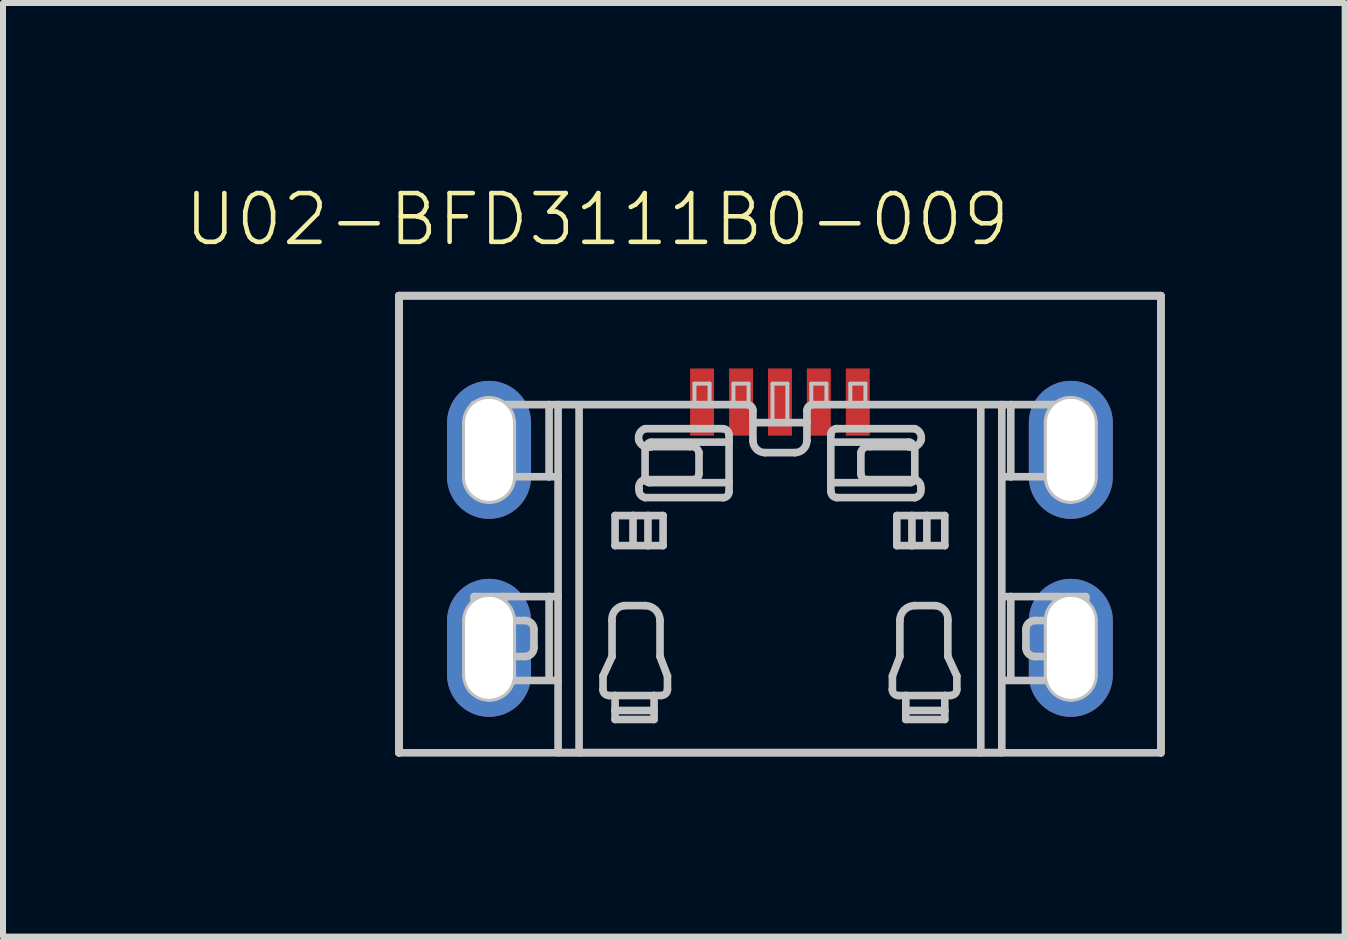
<source format=kicad_pcb>
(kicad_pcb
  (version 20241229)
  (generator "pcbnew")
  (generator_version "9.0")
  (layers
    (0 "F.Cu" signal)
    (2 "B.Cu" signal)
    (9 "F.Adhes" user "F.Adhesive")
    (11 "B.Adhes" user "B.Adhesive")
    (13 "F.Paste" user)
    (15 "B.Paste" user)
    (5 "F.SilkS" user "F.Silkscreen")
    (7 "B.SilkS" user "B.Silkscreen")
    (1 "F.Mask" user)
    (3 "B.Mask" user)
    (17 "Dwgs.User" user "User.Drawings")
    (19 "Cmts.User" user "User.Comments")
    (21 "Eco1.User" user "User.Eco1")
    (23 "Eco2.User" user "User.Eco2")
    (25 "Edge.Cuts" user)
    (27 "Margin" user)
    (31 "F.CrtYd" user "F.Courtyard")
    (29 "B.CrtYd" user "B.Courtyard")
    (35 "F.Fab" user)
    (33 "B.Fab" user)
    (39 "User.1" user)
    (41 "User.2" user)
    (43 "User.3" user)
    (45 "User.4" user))
  (footprint "U02-BFD3111B0-009"
    (layer "F.Cu")
    (at 9.951 7.594)
    (property "Reference" "U02-BFD3111B0-009" (at -3.048 -6.985 0) (layer "F.SilkS") (effects (font (size 0.813 0.813) (thickness 0.076))))
    (attr smd)
    (fp_poly (pts (xy -5.55 -2.695) (xy -5.55 -3.594) (xy -5.535 -3.731) (xy -5.497 -3.861) (xy -5.431 -3.983) (xy -5.344 -4.089) (xy -5.237 -4.176) (xy -5.116 -4.239) (xy -4.986 -4.28) (xy -4.849 -4.293) (xy -4.712 -4.28) (xy -4.58 -4.239) (xy -4.46 -4.176) (xy -4.354 -4.089) (xy -4.267 -3.983) (xy -4.201 -3.861) (xy -4.163 -3.731) (xy -4.148 -3.594) (xy -4.148 -2.695) (xy -4.163 -2.558) (xy -4.201 -2.426) (xy -4.267 -2.304) (xy -4.354 -2.2) (xy -4.46 -2.111) (xy -4.58 -2.047) (xy -4.712 -2.007) (xy -4.849 -1.994) (xy -4.986 -2.007) (xy -5.116 -2.047) (xy -5.237 -2.111) (xy -5.344 -2.2) (xy -5.431 -2.304) (xy -5.497 -2.426) (xy -5.535 -2.558) (xy -5.55 -2.695)) (stroke (width 0.127) (type solid)) (fill yes) (layer "F.Mask"))
    (fp_poly (pts (xy -5.55 0.605) (xy -5.55 -0.295) (xy -5.535 -0.429) (xy -5.497 -0.561) (xy -5.431 -0.683) (xy -5.344 -0.79) (xy -5.237 -0.876) (xy -5.116 -0.94) (xy -4.986 -0.98) (xy -4.849 -0.993) (xy -4.712 -0.98) (xy -4.58 -0.94) (xy -4.46 -0.876) (xy -4.354 -0.79) (xy -4.267 -0.683) (xy -4.201 -0.561) (xy -4.163 -0.429) (xy -4.148 -0.295) (xy -4.148 0.605) (xy -4.163 0.739) (xy -4.201 0.871) (xy -4.267 0.993) (xy -4.354 1.1) (xy -4.46 1.186) (xy -4.58 1.25) (xy -4.712 1.29) (xy -4.849 1.303) (xy -4.986 1.29) (xy -5.116 1.25) (xy -5.237 1.186) (xy -5.344 1.1) (xy -5.431 0.993) (xy -5.497 0.871) (xy -5.535 0.739) (xy -5.55 0.605)) (stroke (width 0.127) (type solid)) (fill yes) (layer "F.Mask"))
    (fp_poly (pts (xy 4.148 -2.695) (xy 4.148 -3.594) (xy 4.163 -3.731) (xy 4.201 -3.861) (xy 4.267 -3.983) (xy 4.354 -4.089) (xy 4.46 -4.176) (xy 4.58 -4.239) (xy 4.712 -4.28) (xy 4.849 -4.293) (xy 4.986 -4.28) (xy 5.116 -4.239) (xy 5.237 -4.176) (xy 5.344 -4.089) (xy 5.431 -3.983) (xy 5.497 -3.861) (xy 5.535 -3.731) (xy 5.55 -3.594) (xy 5.55 -2.695) (xy 5.535 -2.558) (xy 5.497 -2.426) (xy 5.431 -2.304) (xy 5.344 -2.2) (xy 5.237 -2.111) (xy 5.116 -2.047) (xy 4.986 -2.007) (xy 4.849 -1.994) (xy 4.712 -2.007) (xy 4.58 -2.047) (xy 4.46 -2.111) (xy 4.354 -2.2) (xy 4.267 -2.304) (xy 4.201 -2.426) (xy 4.163 -2.558) (xy 4.148 -2.695)) (stroke (width 0.127) (type solid)) (fill yes) (layer "F.Mask"))
    (fp_poly (pts (xy 4.148 0.605) (xy 4.148 -0.295) (xy 4.163 -0.429) (xy 4.201 -0.561) (xy 4.267 -0.683) (xy 4.354 -0.79) (xy 4.46 -0.876) (xy 4.58 -0.94) (xy 4.712 -0.98) (xy 4.849 -0.993) (xy 4.986 -0.98) (xy 5.116 -0.94) (xy 5.237 -0.876) (xy 5.344 -0.79) (xy 5.431 -0.683) (xy 5.497 -0.561) (xy 5.535 -0.429) (xy 5.55 -0.295) (xy 5.55 0.605) (xy 5.535 0.739) (xy 5.497 0.871) (xy 5.431 0.993) (xy 5.344 1.1) (xy 5.237 1.186) (xy 5.116 1.25) (xy 4.986 1.29) (xy 4.849 1.303) (xy 4.712 1.29) (xy 4.58 1.25) (xy 4.46 1.186) (xy 4.354 1.1) (xy 4.267 0.993) (xy 4.201 0.871) (xy 4.163 0.739) (xy 4.148 0.605)) (stroke (width 0.127) (type solid)) (fill yes) (layer "F.Mask"))
    (fp_poly (pts (xy -5.55 -2.695) (xy -5.55 -3.594) (xy -5.535 -3.731) (xy -5.497 -3.861) (xy -5.431 -3.983) (xy -5.344 -4.089) (xy -5.237 -4.176) (xy -5.116 -4.239) (xy -4.986 -4.28) (xy -4.849 -4.293) (xy -4.712 -4.28) (xy -4.58 -4.239) (xy -4.46 -4.176) (xy -4.354 -4.089) (xy -4.267 -3.983) (xy -4.201 -3.861) (xy -4.163 -3.731) (xy -4.148 -3.594) (xy -4.148 -2.695) (xy -4.163 -2.558) (xy -4.201 -2.426) (xy -4.267 -2.304) (xy -4.354 -2.2) (xy -4.46 -2.111) (xy -4.58 -2.047) (xy -4.712 -2.007) (xy -4.849 -1.994) (xy -4.986 -2.007) (xy -5.116 -2.047) (xy -5.237 -2.111) (xy -5.344 -2.2) (xy -5.431 -2.304) (xy -5.497 -2.426) (xy -5.535 -2.558) (xy -5.55 -2.695)) (stroke (width 0.127) (type solid)) (fill yes) (layer "B.Mask"))
    (fp_poly (pts (xy -5.55 0.605) (xy -5.55 -0.295) (xy -5.535 -0.429) (xy -5.497 -0.561) (xy -5.431 -0.683) (xy -5.344 -0.79) (xy -5.237 -0.876) (xy -5.116 -0.94) (xy -4.986 -0.98) (xy -4.849 -0.993) (xy -4.712 -0.98) (xy -4.58 -0.94) (xy -4.46 -0.876) (xy -4.354 -0.79) (xy -4.267 -0.683) (xy -4.201 -0.561) (xy -4.163 -0.429) (xy -4.148 -0.295) (xy -4.148 0.605) (xy -4.163 0.739) (xy -4.201 0.871) (xy -4.267 0.993) (xy -4.354 1.1) (xy -4.46 1.186) (xy -4.58 1.25) (xy -4.712 1.29) (xy -4.849 1.303) (xy -4.986 1.29) (xy -5.116 1.25) (xy -5.237 1.186) (xy -5.344 1.1) (xy -5.431 0.993) (xy -5.497 0.871) (xy -5.535 0.739) (xy -5.55 0.605)) (stroke (width 0.127) (type solid)) (fill yes) (layer "B.Mask"))
    (fp_poly (pts (xy 4.148 -2.695) (xy 4.148 -3.594) (xy 4.163 -3.731) (xy 4.201 -3.861) (xy 4.267 -3.983) (xy 4.354 -4.089) (xy 4.46 -4.176) (xy 4.58 -4.239) (xy 4.712 -4.28) (xy 4.849 -4.293) (xy 4.986 -4.28) (xy 5.116 -4.239) (xy 5.237 -4.176) (xy 5.344 -4.089) (xy 5.431 -3.983) (xy 5.497 -3.861) (xy 5.535 -3.731) (xy 5.55 -3.594) (xy 5.55 -2.695) (xy 5.535 -2.558) (xy 5.497 -2.426) (xy 5.431 -2.304) (xy 5.344 -2.2) (xy 5.237 -2.111) (xy 5.116 -2.047) (xy 4.986 -2.007) (xy 4.849 -1.994) (xy 4.712 -2.007) (xy 4.58 -2.047) (xy 4.46 -2.111) (xy 4.354 -2.2) (xy 4.267 -2.304) (xy 4.201 -2.426) (xy 4.163 -2.558) (xy 4.148 -2.695)) (stroke (width 0.127) (type solid)) (fill yes) (layer "B.Mask"))
    (fp_poly (pts (xy 4.148 0.605) (xy 4.148 -0.295) (xy 4.163 -0.429) (xy 4.201 -0.561) (xy 4.267 -0.683) (xy 4.354 -0.79) (xy 4.46 -0.876) (xy 4.58 -0.94) (xy 4.712 -0.98) (xy 4.849 -0.993) (xy 4.986 -0.98) (xy 5.116 -0.94) (xy 5.237 -0.876) (xy 5.344 -0.79) (xy 5.431 -0.683) (xy 5.497 -0.561) (xy 5.535 -0.429) (xy 5.55 -0.295) (xy 5.55 0.605) (xy 5.535 0.739) (xy 5.497 0.871) (xy 5.431 0.993) (xy 5.344 1.1) (xy 5.237 1.186) (xy 5.116 1.25) (xy 4.986 1.29) (xy 4.849 1.303) (xy 4.712 1.29) (xy 4.58 1.25) (xy 4.46 1.186) (xy 4.354 1.1) (xy 4.267 0.993) (xy 4.201 0.871) (xy 4.163 0.739) (xy 4.148 0.605)) (stroke (width 0.127) (type solid)) (fill yes) (layer "B.Mask"))
    (fp_line (start -6.35 -5.715) (end -6.35 1.905) (stroke (width 0.127) (type solid)) (layer "F.SilkS"))
    (fp_line (start 6.35 -5.715) (end -6.35 -5.715) (stroke (width 0.127) (type solid)) (layer "F.SilkS"))
    (fp_line (start 6.35 1.905) (end 6.35 -5.715) (stroke (width 0.127) (type solid)) (layer "F.SilkS"))
    (fp_poly (pts (xy -5.55 -2.695) (xy -5.55 -3.594) (xy -5.535 -3.731) (xy -5.497 -3.861) (xy -5.431 -3.983) (xy -5.344 -4.089) (xy -5.237 -4.176) (xy -5.116 -4.239) (xy -4.986 -4.28) (xy -4.849 -4.293) (xy -4.712 -4.28) (xy -4.58 -4.239) (xy -4.46 -4.176) (xy -4.354 -4.089) (xy -4.267 -3.983) (xy -4.201 -3.861) (xy -4.163 -3.731) (xy -4.148 -3.594) (xy -4.148 -2.695) (xy -4.163 -2.558) (xy -4.201 -2.426) (xy -4.267 -2.304) (xy -4.354 -2.2) (xy -4.46 -2.111) (xy -4.58 -2.047) (xy -4.712 -2.007) (xy -4.849 -1.994) (xy -4.986 -2.007) (xy -5.116 -2.047) (xy -5.237 -2.111) (xy -5.344 -2.2) (xy -5.431 -2.304) (xy -5.497 -2.426) (xy -5.535 -2.558) (xy -5.55 -2.695)) (stroke (width 0.127) (type solid)) (fill yes) (layer "F.Paste"))
    (fp_poly (pts (xy -5.55 0.605) (xy -5.55 -0.295) (xy -5.535 -0.429) (xy -5.497 -0.561) (xy -5.431 -0.683) (xy -5.344 -0.79) (xy -5.237 -0.876) (xy -5.116 -0.94) (xy -4.986 -0.98) (xy -4.849 -0.993) (xy -4.712 -0.98) (xy -4.58 -0.94) (xy -4.46 -0.876) (xy -4.354 -0.79) (xy -4.267 -0.683) (xy -4.201 -0.561) (xy -4.163 -0.429) (xy -4.148 -0.295) (xy -4.148 0.605) (xy -4.163 0.739) (xy -4.201 0.871) (xy -4.267 0.993) (xy -4.354 1.1) (xy -4.46 1.186) (xy -4.58 1.25) (xy -4.712 1.29) (xy -4.849 1.303) (xy -4.986 1.29) (xy -5.116 1.25) (xy -5.237 1.186) (xy -5.344 1.1) (xy -5.431 0.993) (xy -5.497 0.871) (xy -5.535 0.739) (xy -5.55 0.605)) (stroke (width 0.127) (type solid)) (fill yes) (layer "F.Paste"))
    (fp_poly (pts (xy 4.148 -2.695) (xy 4.148 -3.594) (xy 4.163 -3.731) (xy 4.201 -3.861) (xy 4.267 -3.983) (xy 4.354 -4.089) (xy 4.46 -4.176) (xy 4.58 -4.239) (xy 4.712 -4.28) (xy 4.849 -4.293) (xy 4.986 -4.28) (xy 5.116 -4.239) (xy 5.237 -4.176) (xy 5.344 -4.089) (xy 5.431 -3.983) (xy 5.497 -3.861) (xy 5.535 -3.731) (xy 5.55 -3.594) (xy 5.55 -2.695) (xy 5.535 -2.558) (xy 5.497 -2.426) (xy 5.431 -2.304) (xy 5.344 -2.2) (xy 5.237 -2.111) (xy 5.116 -2.047) (xy 4.986 -2.007) (xy 4.849 -1.994) (xy 4.712 -2.007) (xy 4.58 -2.047) (xy 4.46 -2.111) (xy 4.354 -2.2) (xy 4.267 -2.304) (xy 4.201 -2.426) (xy 4.163 -2.558) (xy 4.148 -2.695)) (stroke (width 0.127) (type solid)) (fill yes) (layer "F.Paste"))
    (fp_poly (pts (xy 4.148 0.605) (xy 4.148 -0.295) (xy 4.163 -0.429) (xy 4.201 -0.561) (xy 4.267 -0.683) (xy 4.354 -0.79) (xy 4.46 -0.876) (xy 4.58 -0.94) (xy 4.712 -0.98) (xy 4.849 -0.993) (xy 4.986 -0.98) (xy 5.116 -0.94) (xy 5.237 -0.876) (xy 5.344 -0.79) (xy 5.431 -0.683) (xy 5.497 -0.561) (xy 5.535 -0.429) (xy 5.55 -0.295) (xy 5.55 0.605) (xy 5.535 0.739) (xy 5.497 0.871) (xy 5.431 0.993) (xy 5.344 1.1) (xy 5.237 1.186) (xy 5.116 1.25) (xy 4.986 1.29) (xy 4.849 1.303) (xy 4.712 1.29) (xy 4.58 1.25) (xy 4.46 1.186) (xy 4.354 1.1) (xy 4.267 0.993) (xy 4.201 0.871) (xy 4.163 0.739) (xy 4.148 0.605)) (stroke (width 0.127) (type solid)) (fill yes) (layer "F.Paste"))
    (fp_poly (pts (xy -5.55 -2.695) (xy -5.55 -3.594) (xy -5.535 -3.731) (xy -5.497 -3.861) (xy -5.431 -3.983) (xy -5.344 -4.089) (xy -5.237 -4.176) (xy -5.116 -4.239) (xy -4.986 -4.28) (xy -4.849 -4.293) (xy -4.712 -4.28) (xy -4.58 -4.239) (xy -4.46 -4.176) (xy -4.354 -4.089) (xy -4.267 -3.983) (xy -4.201 -3.861) (xy -4.163 -3.731) (xy -4.148 -3.594) (xy -4.148 -2.695) (xy -4.163 -2.558) (xy -4.201 -2.426) (xy -4.267 -2.304) (xy -4.354 -2.2) (xy -4.46 -2.111) (xy -4.58 -2.047) (xy -4.712 -2.007) (xy -4.849 -1.994) (xy -4.986 -2.007) (xy -5.116 -2.047) (xy -5.237 -2.111) (xy -5.344 -2.2) (xy -5.431 -2.304) (xy -5.497 -2.426) (xy -5.535 -2.558) (xy -5.55 -2.695)) (stroke (width 0.127) (type solid)) (fill yes) (layer "B.Paste"))
    (fp_poly (pts (xy -5.55 0.605) (xy -5.55 -0.295) (xy -5.535 -0.429) (xy -5.497 -0.561) (xy -5.431 -0.683) (xy -5.344 -0.79) (xy -5.237 -0.876) (xy -5.116 -0.94) (xy -4.986 -0.98) (xy -4.849 -0.993) (xy -4.712 -0.98) (xy -4.58 -0.94) (xy -4.46 -0.876) (xy -4.354 -0.79) (xy -4.267 -0.683) (xy -4.201 -0.561) (xy -4.163 -0.429) (xy -4.148 -0.295) (xy -4.148 0.605) (xy -4.163 0.739) (xy -4.201 0.871) (xy -4.267 0.993) (xy -4.354 1.1) (xy -4.46 1.186) (xy -4.58 1.25) (xy -4.712 1.29) (xy -4.849 1.303) (xy -4.986 1.29) (xy -5.116 1.25) (xy -5.237 1.186) (xy -5.344 1.1) (xy -5.431 0.993) (xy -5.497 0.871) (xy -5.535 0.739) (xy -5.55 0.605)) (stroke (width 0.127) (type solid)) (fill yes) (layer "B.Paste"))
    (fp_poly (pts (xy 4.148 -2.695) (xy 4.148 -3.594) (xy 4.163 -3.731) (xy 4.201 -3.861) (xy 4.267 -3.983) (xy 4.354 -4.089) (xy 4.46 -4.176) (xy 4.58 -4.239) (xy 4.712 -4.28) (xy 4.849 -4.293) (xy 4.986 -4.28) (xy 5.116 -4.239) (xy 5.237 -4.176) (xy 5.344 -4.089) (xy 5.431 -3.983) (xy 5.497 -3.861) (xy 5.535 -3.731) (xy 5.55 -3.594) (xy 5.55 -2.695) (xy 5.535 -2.558) (xy 5.497 -2.426) (xy 5.431 -2.304) (xy 5.344 -2.2) (xy 5.237 -2.111) (xy 5.116 -2.047) (xy 4.986 -2.007) (xy 4.849 -1.994) (xy 4.712 -2.007) (xy 4.58 -2.047) (xy 4.46 -2.111) (xy 4.354 -2.2) (xy 4.267 -2.304) (xy 4.201 -2.426) (xy 4.163 -2.558) (xy 4.148 -2.695)) (stroke (width 0.127) (type solid)) (fill yes) (layer "B.Paste"))
    (fp_poly (pts (xy 4.148 0.605) (xy 4.148 -0.295) (xy 4.163 -0.429) (xy 4.201 -0.561) (xy 4.267 -0.683) (xy 4.354 -0.79) (xy 4.46 -0.876) (xy 4.58 -0.94) (xy 4.712 -0.98) (xy 4.849 -0.993) (xy 4.986 -0.98) (xy 5.116 -0.94) (xy 5.237 -0.876) (xy 5.344 -0.79) (xy 5.431 -0.683) (xy 5.497 -0.561) (xy 5.535 -0.429) (xy 5.55 -0.295) (xy 5.55 0.605) (xy 5.535 0.739) (xy 5.497 0.871) (xy 5.431 0.993) (xy 5.344 1.1) (xy 5.237 1.186) (xy 5.116 1.25) (xy 4.986 1.29) (xy 4.849 1.303) (xy 4.712 1.29) (xy 4.58 1.25) (xy 4.46 1.186) (xy 4.354 1.1) (xy 4.267 0.993) (xy 4.201 0.871) (xy 4.163 0.739) (xy 4.148 0.605)) (stroke (width 0.127) (type solid)) (fill yes) (layer "B.Paste"))
    (fp_line (start -6.35 -5.715) (end 6.35 -5.715) (stroke (width 0.127) (type solid)) (layer "Dwgs.User"))
    (fp_line (start -6.35 1.905) (end -6.35 -5.715) (stroke (width 0.127) (type solid)) (layer "Dwgs.User"))
    (fp_line (start -5.248 -2.695) (end -5.248 -3.594) (stroke (width 0.1) (type solid)) (layer "Dwgs.User"))
    (fp_line (start -5.248 0.605) (end -5.248 -0.295) (stroke (width 0.1) (type solid)) (layer "Dwgs.User"))
    (fp_line (start -5.098 -3.899) (end -5.098 -2.697) (stroke (width 0.127) (type solid)) (layer "Dwgs.User"))
    (fp_line (start -5.098 -3.899) (end -4.549 -3.899) (stroke (width 0.127) (type solid)) (layer "Dwgs.User"))
    (fp_line (start -5.098 -2.697) (end -4.549 -2.697) (stroke (width 0.127) (type solid)) (layer "Dwgs.User"))
    (fp_line (start -5.098 -0.699) (end -5.098 -0.3) (stroke (width 0.127) (type solid)) (layer "Dwgs.User"))
    (fp_line (start -5.098 -0.3) (end -5.098 0.3) (stroke (width 0.127) (type solid)) (layer "Dwgs.User"))
    (fp_line (start -5.098 0.3) (end -5.098 0.699) (stroke (width 0.127) (type solid)) (layer "Dwgs.User"))
    (fp_line (start -5.098 0.3) (end -4.6 0.3) (stroke (width 0.127) (type solid)) (layer "Dwgs.User"))
    (fp_line (start -5.098 0.699) (end -4.6 0.699) (stroke (width 0.127) (type solid)) (layer "Dwgs.User"))
    (fp_line (start -4.6 -0.699) (end -5.098 -0.699) (stroke (width 0.127) (type solid)) (layer "Dwgs.User"))
    (fp_line (start -4.6 -0.699) (end -4.6 -0.3) (stroke (width 0.127) (type solid)) (layer "Dwgs.User"))
    (fp_line (start -4.6 -0.3) (end -5.098 -0.3) (stroke (width 0.127) (type solid)) (layer "Dwgs.User"))
    (fp_line (start -4.6 -0.3) (end -4.249 -0.3) (stroke (width 0.127) (type solid)) (layer "Dwgs.User"))
    (fp_line (start -4.6 0.3) (end -4.6 0.699) (stroke (width 0.127) (type solid)) (layer "Dwgs.User"))
    (fp_line (start -4.6 0.699) (end -3.698 0.699) (stroke (width 0.127) (type solid)) (layer "Dwgs.User"))
    (fp_line (start -4.549 -3.899) (end -4.549 -2.697) (stroke (width 0.127) (type solid)) (layer "Dwgs.User"))
    (fp_line (start -4.549 -3.899) (end -3.848 -3.899) (stroke (width 0.127) (type solid)) (layer "Dwgs.User"))
    (fp_line (start -4.549 -2.697) (end -3.848 -2.697) (stroke (width 0.127) (type solid)) (layer "Dwgs.User"))
    (fp_line (start -4.448 -3.594) (end -4.448 -2.695) (stroke (width 0.1) (type solid)) (layer "Dwgs.User"))
    (fp_line (start -4.448 -0.295) (end -4.448 0.605) (stroke (width 0.1) (type solid)) (layer "Dwgs.User"))
    (fp_line (start -4.249 0.3) (end -4.6 0.3) (stroke (width 0.127) (type solid)) (layer "Dwgs.User"))
    (fp_line (start -4.1 -0.15) (end -4.1 0.15) (stroke (width 0.127) (type solid)) (layer "Dwgs.User"))
    (fp_line (start -3.848 -3.899) (end -3.848 -2.697) (stroke (width 0.127) (type solid)) (layer "Dwgs.User"))
    (fp_line (start -3.848 -3.899) (end -3.698 -3.899) (stroke (width 0.127) (type solid)) (layer "Dwgs.User"))
    (fp_line (start -3.848 -2.697) (end -3.698 -2.697) (stroke (width 0.127) (type solid)) (layer "Dwgs.User"))
    (fp_line (start -3.848 -0.699) (end -4.6 -0.699) (stroke (width 0.127) (type solid)) (layer "Dwgs.User"))
    (fp_line (start -3.848 -0.699) (end -3.848 0.648) (stroke (width 0.127) (type solid)) (layer "Dwgs.User"))
    (fp_line (start -3.698 -3.899) (end -0.549 -3.899) (stroke (width 0.127) (type solid)) (layer "Dwgs.User"))
    (fp_line (start -3.698 -2.697) (end -3.698 -3.899) (stroke (width 0.127) (type solid)) (layer "Dwgs.User"))
    (fp_line (start -3.698 -0.699) (end -3.848 -0.699) (stroke (width 0.127) (type solid)) (layer "Dwgs.User"))
    (fp_line (start -3.698 -0.699) (end -3.698 -2.697) (stroke (width 0.127) (type solid)) (layer "Dwgs.User"))
    (fp_line (start -3.698 0.699) (end -3.698 -0.699) (stroke (width 0.127) (type solid)) (layer "Dwgs.User"))
    (fp_line (start -3.698 1.9) (end -3.698 0.699) (stroke (width 0.127) (type solid)) (layer "Dwgs.User"))
    (fp_line (start -3.348 -3.848) (end -3.348 1.9) (stroke (width 0.127) (type solid)) (layer "Dwgs.User"))
    (fp_line (start -3.348 1.9) (end -3.698 1.9) (stroke (width 0.127) (type solid)) (layer "Dwgs.User"))
    (fp_line (start -3.348 1.9) (end 3.348 1.9) (stroke (width 0.127) (type solid)) (layer "Dwgs.User"))
    (fp_line (start -2.949 0.625) (end -2.799 0.3) (stroke (width 0.127) (type solid)) (layer "Dwgs.User"))
    (fp_line (start -2.949 0.848) (end -2.949 0.625) (stroke (width 0.127) (type solid)) (layer "Dwgs.User"))
    (fp_line (start -2.799 -0.3) (end -2.799 0.3) (stroke (width 0.127) (type solid)) (layer "Dwgs.User"))
    (fp_line (start -2.748 -2.05) (end -2.449 -2.05) (stroke (width 0.127) (type solid)) (layer "Dwgs.User"))
    (fp_line (start -2.748 -1.549) (end -2.748 -2.05) (stroke (width 0.127) (type solid)) (layer "Dwgs.User"))
    (fp_line (start -2.748 0.95) (end -2.85 0.95) (stroke (width 0.127) (type solid)) (layer "Dwgs.User"))
    (fp_line (start -2.748 1.199) (end -2.748 0.95) (stroke (width 0.127) (type solid)) (layer "Dwgs.User"))
    (fp_line (start -2.748 1.199) (end -2.748 1.349) (stroke (width 0.127) (type solid)) (layer "Dwgs.User"))
    (fp_line (start -2.748 1.349) (end -2.098 1.349) (stroke (width 0.127) (type solid)) (layer "Dwgs.User"))
    (fp_line (start -2.598 -0.549) (end -2.248 -0.549) (stroke (width 0.127) (type solid)) (layer "Dwgs.User"))
    (fp_line (start -2.449 -2.05) (end -2.449 -1.598) (stroke (width 0.127) (type solid)) (layer "Dwgs.User"))
    (fp_line (start -2.449 -2.05) (end -2.2 -2.05) (stroke (width 0.127) (type solid)) (layer "Dwgs.User"))
    (fp_line (start -2.248 -3.198) (end -2.248 -2.675) (stroke (width 0.127) (type solid)) (layer "Dwgs.User"))
    (fp_line (start -2.248 -3.198) (end -2.223 -3.198) (stroke (width 0.127) (type solid)) (layer "Dwgs.User"))
    (fp_line (start -2.248 -2.675) (end -2.248 -2.649) (stroke (width 0.127) (type solid)) (layer "Dwgs.User"))
    (fp_line (start -2.248 -2.349) (end -0.95 -2.349) (stroke (width 0.127) (type solid)) (layer "Dwgs.User"))
    (fp_line (start -2.223 -3.198) (end -2.149 -3.198) (stroke (width 0.127) (type solid)) (layer "Dwgs.User"))
    (fp_line (start -2.2 -2.05) (end -2.2 -1.549) (stroke (width 0.127) (type solid)) (layer "Dwgs.User"))
    (fp_line (start -2.2 -2.05) (end -1.948 -2.05) (stroke (width 0.127) (type solid)) (layer "Dwgs.User"))
    (fp_line (start -2.2 -1.549) (end -2.748 -1.549) (stroke (width 0.127) (type solid)) (layer "Dwgs.User"))
    (fp_line (start -2.149 -3.198) (end -1.499 -3.198) (stroke (width 0.127) (type solid)) (layer "Dwgs.User"))
    (fp_line (start -2.098 0.95) (end -2.748 0.95) (stroke (width 0.127) (type solid)) (layer "Dwgs.User"))
    (fp_line (start -2.098 1.199) (end -2.748 1.199) (stroke (width 0.127) (type solid)) (layer "Dwgs.User"))
    (fp_line (start -2.098 1.199) (end -2.098 0.95) (stroke (width 0.127) (type solid)) (layer "Dwgs.User"))
    (fp_line (start -2.098 1.349) (end -2.098 1.199) (stroke (width 0.127) (type solid)) (layer "Dwgs.User"))
    (fp_line (start -1.999 -0.3) (end -1.999 0.3) (stroke (width 0.127) (type solid)) (layer "Dwgs.User"))
    (fp_line (start -1.974 0.95) (end -2.098 0.95) (stroke (width 0.127) (type solid)) (layer "Dwgs.User"))
    (fp_line (start -1.948 -2.05) (end -1.948 -1.549) (stroke (width 0.127) (type solid)) (layer "Dwgs.User"))
    (fp_line (start -1.948 -1.549) (end -2.2 -1.549) (stroke (width 0.127) (type solid)) (layer "Dwgs.User"))
    (fp_line (start -1.875 0.625) (end -1.999 0.3) (stroke (width 0.127) (type solid)) (layer "Dwgs.User"))
    (fp_line (start -1.875 0.848) (end -1.875 0.625) (stroke (width 0.127) (type solid)) (layer "Dwgs.User"))
    (fp_line (start -1.448 -2.649) (end -2.248 -2.649) (stroke (width 0.127) (type solid)) (layer "Dwgs.User"))
    (fp_line (start -1.425 -4.249) (end -1.173 -4.249) (stroke (width 0.066) (type solid)) (layer "Dwgs.User"))
    (fp_line (start -1.425 -3.899) (end -1.425 -4.249) (stroke (width 0.066) (type solid)) (layer "Dwgs.User"))
    (fp_line (start -1.425 -3.899) (end -1.173 -3.899) (stroke (width 0.066) (type solid)) (layer "Dwgs.User"))
    (fp_line (start -1.349 -3.099) (end -1.349 -2.748) (stroke (width 0.127) (type solid)) (layer "Dwgs.User"))
    (fp_line (start -1.173 -3.899) (end -1.173 -4.249) (stroke (width 0.066) (type solid)) (layer "Dwgs.User"))
    (fp_line (start -0.95 -3.498) (end -2.248 -3.498) (stroke (width 0.127) (type solid)) (layer "Dwgs.User"))
    (fp_line (start -0.848 -3.399) (end -0.848 -3.274) (stroke (width 0.127) (type solid)) (layer "Dwgs.User"))
    (fp_line (start -0.848 -3.274) (end -2.149 -3.274) (stroke (width 0.127) (type solid)) (layer "Dwgs.User"))
    (fp_line (start -0.848 -3.274) (end -0.848 -2.598) (stroke (width 0.127) (type solid)) (layer "Dwgs.User"))
    (fp_line (start -0.848 -2.598) (end -2.174 -2.598) (stroke (width 0.127) (type solid)) (layer "Dwgs.User"))
    (fp_line (start -0.848 -2.598) (end -0.848 -2.449) (stroke (width 0.127) (type solid)) (layer "Dwgs.User"))
    (fp_line (start -0.775 -4.249) (end -0.523 -4.249) (stroke (width 0.066) (type solid)) (layer "Dwgs.User"))
    (fp_line (start -0.775 -3.899) (end -0.775 -4.249) (stroke (width 0.066) (type solid)) (layer "Dwgs.User"))
    (fp_line (start -0.775 -3.899) (end -0.523 -3.899) (stroke (width 0.066) (type solid)) (layer "Dwgs.User"))
    (fp_line (start -0.523 -3.899) (end -0.523 -4.249) (stroke (width 0.066) (type solid)) (layer "Dwgs.User"))
    (fp_line (start -0.45 -3.8) (end -0.45 -3.599) (stroke (width 0.127) (type solid)) (layer "Dwgs.User"))
    (fp_line (start -0.45 -3.599) (end -0.45 -3.299) (stroke (width 0.127) (type solid)) (layer "Dwgs.User"))
    (fp_line (start -0.124 -4.249) (end 0.124 -4.249) (stroke (width 0.066) (type solid)) (layer "Dwgs.User"))
    (fp_line (start -0.124 -3.599) (end -0.124 -4.249) (stroke (width 0.066) (type solid)) (layer "Dwgs.User"))
    (fp_line (start -0.124 -3.599) (end 0.124 -3.599) (stroke (width 0.066) (type solid)) (layer "Dwgs.User"))
    (fp_line (start 0.124 -3.599) (end 0.124 -4.249) (stroke (width 0.066) (type solid)) (layer "Dwgs.User"))
    (fp_line (start 0.249 -3.099) (end -0.249 -3.099) (stroke (width 0.127) (type solid)) (layer "Dwgs.User"))
    (fp_line (start 0.45 -3.8) (end 0.45 -3.599) (stroke (width 0.127) (type solid)) (layer "Dwgs.User"))
    (fp_line (start 0.45 -3.599) (end -0.45 -3.599) (stroke (width 0.127) (type solid)) (layer "Dwgs.User"))
    (fp_line (start 0.45 -3.599) (end 0.45 -3.299) (stroke (width 0.127) (type solid)) (layer "Dwgs.User"))
    (fp_line (start 0.523 -4.249) (end 0.775 -4.249) (stroke (width 0.066) (type solid)) (layer "Dwgs.User"))
    (fp_line (start 0.523 -3.899) (end 0.523 -4.249) (stroke (width 0.066) (type solid)) (layer "Dwgs.User"))
    (fp_line (start 0.523 -3.899) (end 0.775 -3.899) (stroke (width 0.066) (type solid)) (layer "Dwgs.User"))
    (fp_line (start 0.775 -3.899) (end 0.775 -4.249) (stroke (width 0.066) (type solid)) (layer "Dwgs.User"))
    (fp_line (start 0.848 -3.399) (end 0.848 -3.274) (stroke (width 0.127) (type solid)) (layer "Dwgs.User"))
    (fp_line (start 0.848 -3.274) (end 0.848 -2.598) (stroke (width 0.127) (type solid)) (layer "Dwgs.User"))
    (fp_line (start 0.848 -3.274) (end 2.149 -3.274) (stroke (width 0.127) (type solid)) (layer "Dwgs.User"))
    (fp_line (start 0.848 -2.598) (end 0.848 -2.449) (stroke (width 0.127) (type solid)) (layer "Dwgs.User"))
    (fp_line (start 0.848 -2.598) (end 2.174 -2.598) (stroke (width 0.127) (type solid)) (layer "Dwgs.User"))
    (fp_line (start 0.95 -3.498) (end 2.248 -3.498) (stroke (width 0.127) (type solid)) (layer "Dwgs.User"))
    (fp_line (start 1.173 -4.249) (end 1.425 -4.249) (stroke (width 0.066) (type solid)) (layer "Dwgs.User"))
    (fp_line (start 1.173 -3.899) (end 1.173 -4.249) (stroke (width 0.066) (type solid)) (layer "Dwgs.User"))
    (fp_line (start 1.173 -3.899) (end 1.425 -3.899) (stroke (width 0.066) (type solid)) (layer "Dwgs.User"))
    (fp_line (start 1.349 -3.099) (end 1.349 -2.748) (stroke (width 0.127) (type solid)) (layer "Dwgs.User"))
    (fp_line (start 1.425 -3.899) (end 1.425 -4.249) (stroke (width 0.066) (type solid)) (layer "Dwgs.User"))
    (fp_line (start 1.448 -2.649) (end 2.248 -2.649) (stroke (width 0.127) (type solid)) (layer "Dwgs.User"))
    (fp_line (start 1.875 0.625) (end 1.999 0.3) (stroke (width 0.127) (type solid)) (layer "Dwgs.User"))
    (fp_line (start 1.875 0.848) (end 1.875 0.625) (stroke (width 0.127) (type solid)) (layer "Dwgs.User"))
    (fp_line (start 1.948 -2.05) (end 1.948 -1.549) (stroke (width 0.127) (type solid)) (layer "Dwgs.User"))
    (fp_line (start 1.948 -1.549) (end 2.2 -1.549) (stroke (width 0.127) (type solid)) (layer "Dwgs.User"))
    (fp_line (start 1.974 0.95) (end 2.098 0.95) (stroke (width 0.127) (type solid)) (layer "Dwgs.User"))
    (fp_line (start 1.999 -0.3) (end 1.999 0.3) (stroke (width 0.127) (type solid)) (layer "Dwgs.User"))
    (fp_line (start 2.098 0.95) (end 2.748 0.95) (stroke (width 0.127) (type solid)) (layer "Dwgs.User"))
    (fp_line (start 2.098 1.199) (end 2.098 0.95) (stroke (width 0.127) (type solid)) (layer "Dwgs.User"))
    (fp_line (start 2.098 1.199) (end 2.748 1.199) (stroke (width 0.127) (type solid)) (layer "Dwgs.User"))
    (fp_line (start 2.098 1.349) (end 2.098 1.199) (stroke (width 0.127) (type solid)) (layer "Dwgs.User"))
    (fp_line (start 2.149 -3.198) (end 1.499 -3.198) (stroke (width 0.127) (type solid)) (layer "Dwgs.User"))
    (fp_line (start 2.2 -2.05) (end 1.948 -2.05) (stroke (width 0.127) (type solid)) (layer "Dwgs.User"))
    (fp_line (start 2.2 -2.05) (end 2.2 -1.549) (stroke (width 0.127) (type solid)) (layer "Dwgs.User"))
    (fp_line (start 2.2 -1.549) (end 2.748 -1.549) (stroke (width 0.127) (type solid)) (layer "Dwgs.User"))
    (fp_line (start 2.223 -3.198) (end 2.149 -3.198) (stroke (width 0.127) (type solid)) (layer "Dwgs.User"))
    (fp_line (start 2.248 -3.198) (end 2.223 -3.198) (stroke (width 0.127) (type solid)) (layer "Dwgs.User"))
    (fp_line (start 2.248 -3.198) (end 2.248 -2.675) (stroke (width 0.127) (type solid)) (layer "Dwgs.User"))
    (fp_line (start 2.248 -2.675) (end 2.248 -2.649) (stroke (width 0.127) (type solid)) (layer "Dwgs.User"))
    (fp_line (start 2.248 -2.349) (end 0.95 -2.349) (stroke (width 0.127) (type solid)) (layer "Dwgs.User"))
    (fp_line (start 2.449 -2.05) (end 2.2 -2.05) (stroke (width 0.127) (type solid)) (layer "Dwgs.User"))
    (fp_line (start 2.449 -2.05) (end 2.449 -1.598) (stroke (width 0.127) (type solid)) (layer "Dwgs.User"))
    (fp_line (start 2.598 -0.549) (end 2.248 -0.549) (stroke (width 0.127) (type solid)) (layer "Dwgs.User"))
    (fp_line (start 2.748 -2.05) (end 2.449 -2.05) (stroke (width 0.127) (type solid)) (layer "Dwgs.User"))
    (fp_line (start 2.748 -1.549) (end 2.748 -2.05) (stroke (width 0.127) (type solid)) (layer "Dwgs.User"))
    (fp_line (start 2.748 0.95) (end 2.85 0.95) (stroke (width 0.127) (type solid)) (layer "Dwgs.User"))
    (fp_line (start 2.748 1.199) (end 2.748 0.95) (stroke (width 0.127) (type solid)) (layer "Dwgs.User"))
    (fp_line (start 2.748 1.199) (end 2.748 1.349) (stroke (width 0.127) (type solid)) (layer "Dwgs.User"))
    (fp_line (start 2.748 1.349) (end 2.098 1.349) (stroke (width 0.127) (type solid)) (layer "Dwgs.User"))
    (fp_line (start 2.799 -0.3) (end 2.799 0.3) (stroke (width 0.127) (type solid)) (layer "Dwgs.User"))
    (fp_line (start 2.949 0.625) (end 2.799 0.3) (stroke (width 0.127) (type solid)) (layer "Dwgs.User"))
    (fp_line (start 2.949 0.848) (end 2.949 0.625) (stroke (width 0.127) (type solid)) (layer "Dwgs.User"))
    (fp_line (start 3.348 -3.848) (end 3.348 1.9) (stroke (width 0.127) (type solid)) (layer "Dwgs.User"))
    (fp_line (start 3.348 1.9) (end 3.698 1.9) (stroke (width 0.127) (type solid)) (layer "Dwgs.User"))
    (fp_line (start 3.698 -3.899) (end 0.549 -3.899) (stroke (width 0.127) (type solid)) (layer "Dwgs.User"))
    (fp_line (start 3.698 -2.697) (end 3.698 -3.899) (stroke (width 0.127) (type solid)) (layer "Dwgs.User"))
    (fp_line (start 3.698 -0.699) (end 3.698 -2.697) (stroke (width 0.127) (type solid)) (layer "Dwgs.User"))
    (fp_line (start 3.698 -0.699) (end 3.848 -0.699) (stroke (width 0.127) (type solid)) (layer "Dwgs.User"))
    (fp_line (start 3.698 0.699) (end 3.698 -0.699) (stroke (width 0.127) (type solid)) (layer "Dwgs.User"))
    (fp_line (start 3.698 1.9) (end 3.698 0.699) (stroke (width 0.127) (type solid)) (layer "Dwgs.User"))
    (fp_line (start 3.848 -3.899) (end 3.698 -3.899) (stroke (width 0.127) (type solid)) (layer "Dwgs.User"))
    (fp_line (start 3.848 -3.899) (end 3.848 -2.697) (stroke (width 0.127) (type solid)) (layer "Dwgs.User"))
    (fp_line (start 3.848 -2.697) (end 3.698 -2.697) (stroke (width 0.127) (type solid)) (layer "Dwgs.User"))
    (fp_line (start 3.848 -0.699) (end 3.848 0.648) (stroke (width 0.127) (type solid)) (layer "Dwgs.User"))
    (fp_line (start 3.848 -0.699) (end 4.6 -0.699) (stroke (width 0.127) (type solid)) (layer "Dwgs.User"))
    (fp_line (start 4.1 -0.15) (end 4.1 0.15) (stroke (width 0.127) (type solid)) (layer "Dwgs.User"))
    (fp_line (start 4.249 0.3) (end 4.6 0.3) (stroke (width 0.127) (type solid)) (layer "Dwgs.User"))
    (fp_line (start 4.448 -2.695) (end 4.448 -3.594) (stroke (width 0.1) (type solid)) (layer "Dwgs.User"))
    (fp_line (start 4.448 0.605) (end 4.448 -0.295) (stroke (width 0.1) (type solid)) (layer "Dwgs.User"))
    (fp_line (start 4.549 -3.899) (end 3.848 -3.899) (stroke (width 0.127) (type solid)) (layer "Dwgs.User"))
    (fp_line (start 4.549 -3.899) (end 4.549 -2.697) (stroke (width 0.127) (type solid)) (layer "Dwgs.User"))
    (fp_line (start 4.549 -2.697) (end 3.848 -2.697) (stroke (width 0.127) (type solid)) (layer "Dwgs.User"))
    (fp_line (start 4.6 -0.699) (end 4.6 -0.3) (stroke (width 0.127) (type solid)) (layer "Dwgs.User"))
    (fp_line (start 4.6 -0.699) (end 5.098 -0.699) (stroke (width 0.127) (type solid)) (layer "Dwgs.User"))
    (fp_line (start 4.6 -0.3) (end 4.249 -0.3) (stroke (width 0.127) (type solid)) (layer "Dwgs.User"))
    (fp_line (start 4.6 -0.3) (end 5.098 -0.3) (stroke (width 0.127) (type solid)) (layer "Dwgs.User"))
    (fp_line (start 4.6 0.3) (end 4.6 0.699) (stroke (width 0.127) (type solid)) (layer "Dwgs.User"))
    (fp_line (start 4.6 0.699) (end 3.698 0.699) (stroke (width 0.127) (type solid)) (layer "Dwgs.User"))
    (fp_line (start 5.098 -3.899) (end 4.549 -3.899) (stroke (width 0.127) (type solid)) (layer "Dwgs.User"))
    (fp_line (start 5.098 -3.899) (end 5.098 -2.697) (stroke (width 0.127) (type solid)) (layer "Dwgs.User"))
    (fp_line (start 5.098 -2.697) (end 4.549 -2.697) (stroke (width 0.127) (type solid)) (layer "Dwgs.User"))
    (fp_line (start 5.098 -0.699) (end 5.098 -0.3) (stroke (width 0.127) (type solid)) (layer "Dwgs.User"))
    (fp_line (start 5.098 -0.3) (end 5.098 0.3) (stroke (width 0.127) (type solid)) (layer "Dwgs.User"))
    (fp_line (start 5.098 0.3) (end 4.6 0.3) (stroke (width 0.127) (type solid)) (layer "Dwgs.User"))
    (fp_line (start 5.098 0.3) (end 5.098 0.699) (stroke (width 0.127) (type solid)) (layer "Dwgs.User"))
    (fp_line (start 5.098 0.699) (end 4.6 0.699) (stroke (width 0.127) (type solid)) (layer "Dwgs.User"))
    (fp_line (start 5.248 -3.594) (end 5.248 -2.695) (stroke (width 0.1) (type solid)) (layer "Dwgs.User"))
    (fp_line (start 5.248 -0.295) (end 5.248 0.605) (stroke (width 0.1) (type solid)) (layer "Dwgs.User"))
    (fp_line (start 6.35 -5.715) (end 6.35 1.905) (stroke (width 0.127) (type solid)) (layer "Dwgs.User"))
    (fp_line (start 6.35 1.905) (end -6.35 1.905) (stroke (width 0.127) (type solid)) (layer "Dwgs.User"))
    (fp_arc (start -5.24764 -3.5941) (mid -5.13084 -3.87608) (end -4.84886 -3.99288) (stroke (width 0.1) (type solid)) (layer "Dwgs.User"))
    (fp_arc (start -5.24764 -0.29464) (mid -5.13084 -0.57662) (end -4.84886 -0.69342) (stroke (width 0.1) (type solid)) (layer "Dwgs.User"))
    (fp_arc (start -4.84886 -3.99288) (mid -4.56688 -3.87608) (end -4.45008 -3.5941) (stroke (width 0.1) (type solid)) (layer "Dwgs.User"))
    (fp_arc (start -4.84886 -2.29362) (mid -5.132636 -2.411164) (end -5.25018 -2.69494) (stroke (width 0.1) (type solid)) (layer "Dwgs.User"))
    (fp_arc (start -4.84886 -0.69342) (mid -4.56688 -0.57662) (end -4.45008 -0.29464) (stroke (width 0.1) (type solid)) (layer "Dwgs.User"))
    (fp_arc (start -4.84886 1.0033) (mid -5.13084 0.8865) (end -5.24764 0.60452) (stroke (width 0.1) (type solid)) (layer "Dwgs.User"))
    (fp_arc (start -4.44754 -2.69494) (mid -4.565084 -2.411164) (end -4.84886 -2.29362) (stroke (width 0.1) (type solid)) (layer "Dwgs.User"))
    (fp_arc (start -4.44754 0.60452) (mid -4.565084 0.888296) (end -4.84886 1.00584) (stroke (width 0.1) (type solid)) (layer "Dwgs.User"))
    (fp_arc (start -4.24942 -0.29972) (mid -4.143453 -0.255827) (end -4.09956 -0.14986) (stroke (width 0.127) (type solid)) (layer "Dwgs.User"))
    (fp_arc (start -4.09956 0.14986) (mid -4.143453 0.255827) (end -4.24942 0.29972) (stroke (width 0.127) (type solid)) (layer "Dwgs.User"))
    (fp_arc (start -2.84988 0.94996) (mid -2.921722 0.920202) (end -2.95148 0.84836) (stroke (width 0.127) (type solid)) (layer "Dwgs.User"))
    (fp_arc (start -2.79908 -0.29972) (mid -2.749033 -0.466264) (end -2.59588 -0.54864) (stroke (width 0.127) (type solid)) (layer "Dwgs.User"))
    (fp_arc (start -2.3495 -3.29946) (mid -2.339732 -3.419562) (end -2.2479 -3.49758) (stroke (width 0.127) (type solid)) (layer "Dwgs.User"))
    (fp_arc (start -2.3495 -2.49936) (mid -2.330263 -2.596602) (end -2.2479 -2.65176) (stroke (width 0.127) (type solid)) (layer "Dwgs.User"))
    (fp_arc (start -2.2479 -3.19786) (mid -2.309795 -3.235235) (end -2.348457 -3.296334) (stroke (width 0.127) (type solid)) (layer "Dwgs.User"))
    (fp_arc (start -2.2479 -2.3495) (mid -2.328467 -2.403914) (end -2.34696 -2.49936) (stroke (width 0.127) (type solid)) (layer "Dwgs.User"))
    (fp_arc (start -2.2479 -0.54864) (mid -2.071887 -0.475733) (end -1.99898 -0.29972) (stroke (width 0.127) (type solid)) (layer "Dwgs.User"))
    (fp_arc (start -2.2225 -3.19786) (mid -2.200925 -3.249945) (end -2.14884 -3.27152) (stroke (width 0.127) (type solid)) (layer "Dwgs.User"))
    (fp_arc (start -2.17424 -2.59842) (mid -2.228122 -2.620738) (end -2.25044 -2.67462) (stroke (width 0.127) (type solid)) (layer "Dwgs.User"))
    (fp_arc (start -2.14884 -3.19786) (mid -2.19874 -3.189486) (end -2.248733 -3.197292) (stroke (width 0.127) (type solid)) (layer "Dwgs.User"))
    (fp_arc (start -1.87452 0.84836) (mid -1.903534 0.918406) (end -1.97358 0.94742) (stroke (width 0.127) (type solid)) (layer "Dwgs.User"))
    (fp_arc (start -1.4986 -3.19786) (mid -1.403154 -3.179367) (end -1.34874 -3.0988) (stroke (width 0.127) (type solid)) (layer "Dwgs.User"))
    (fp_arc (start -1.34874 -2.74828) (mid -1.377754 -2.678234) (end -1.4478 -2.64922) (stroke (width 0.127) (type solid)) (layer "Dwgs.User"))
    (fp_arc (start -0.94996 -3.49758) (mid -0.879914 -3.468566) (end -0.8509 -3.39852) (stroke (width 0.127) (type solid)) (layer "Dwgs.User"))
    (fp_arc (start -0.84836 -2.44856) (mid -0.878118 -2.376718) (end -0.94996 -2.34696) (stroke (width 0.127) (type solid)) (layer "Dwgs.User"))
    (fp_arc (start -0.54864 -3.8989) (mid -0.478594 -3.869886) (end -0.44958 -3.79984) (stroke (width 0.127) (type solid)) (layer "Dwgs.User"))
    (fp_arc (start -0.24892 -3.0988) (mid -0.390808 -3.157572) (end -0.44958 -3.29946) (stroke (width 0.127) (type solid)) (layer "Dwgs.User"))
    (fp_arc (start 0.44958 -3.79984) (mid 0.478594 -3.869886) (end 0.54864 -3.8989) (stroke (width 0.127) (type solid)) (layer "Dwgs.User"))
    (fp_arc (start 0.44958 -3.29946) (mid 0.390808 -3.157572) (end 0.24892 -3.0988) (stroke (width 0.127) (type solid)) (layer "Dwgs.User"))
    (fp_arc (start 0.84836 -3.39852) (mid 0.878118 -3.470362) (end 0.94996 -3.50012) (stroke (width 0.127) (type solid)) (layer "Dwgs.User"))
    (fp_arc (start 0.94996 -2.3495) (mid 0.879914 -2.378514) (end 0.8509 -2.44856) (stroke (width 0.127) (type solid)) (layer "Dwgs.User"))
    (fp_arc (start 1.34874 -3.0988) (mid 1.403154 -3.179367) (end 1.4986 -3.19786) (stroke (width 0.127) (type solid)) (layer "Dwgs.User"))
    (fp_arc (start 1.4478 -2.64922) (mid 1.377754 -2.678234) (end 1.34874 -2.74828) (stroke (width 0.127) (type solid)) (layer "Dwgs.User"))
    (fp_arc (start 1.97358 0.94996) (mid 1.901738 0.920202) (end 1.87198 0.84836) (stroke (width 0.127) (type solid)) (layer "Dwgs.User"))
    (fp_arc (start 1.99898 -0.29972) (mid 2.071887 -0.475733) (end 2.2479 -0.54864) (stroke (width 0.127) (type solid)) (layer "Dwgs.User"))
    (fp_arc (start 2.14884 -3.27406) (mid 2.202722 -3.251742) (end 2.22504 -3.19786) (stroke (width 0.127) (type solid)) (layer "Dwgs.User"))
    (fp_arc (start 2.2479 -3.49758) (mid 2.339732 -3.419562) (end 2.3495 -3.29946) (stroke (width 0.127) (type solid)) (layer "Dwgs.User"))
    (fp_arc (start 2.2479 -3.19786) (mid 2.19813 -3.190288) (end 2.148514 -3.198814) (stroke (width 0.127) (type solid)) (layer "Dwgs.User"))
    (fp_arc (start 2.2479 -2.67462) (mid 2.226325 -2.622535) (end 2.17424 -2.60096) (stroke (width 0.127) (type solid)) (layer "Dwgs.User"))
    (fp_arc (start 2.2479 -2.64922) (mid 2.328467 -2.594806) (end 2.34696 -2.49936) (stroke (width 0.127) (type solid)) (layer "Dwgs.User"))
    (fp_arc (start 2.3495 -3.29946) (mid 2.312125 -3.237565) (end 2.251026 -3.198903) (stroke (width 0.127) (type solid)) (layer "Dwgs.User"))
    (fp_arc (start 2.3495 -2.49936) (mid 2.330263 -2.402118) (end 2.2479 -2.34696) (stroke (width 0.127) (type solid)) (layer "Dwgs.User"))
    (fp_arc (start 2.59842 -0.54864) (mid 2.750829 -0.464468) (end 2.79908 -0.29718) (stroke (width 0.127) (type solid)) (layer "Dwgs.User"))
    (fp_arc (start 2.94894 0.84836) (mid 2.919926 0.918406) (end 2.84988 0.94742) (stroke (width 0.127) (type solid)) (layer "Dwgs.User"))
    (fp_arc (start 4.09956 -0.14986) (mid 4.143453 -0.255827) (end 4.24942 -0.29972) (stroke (width 0.127) (type solid)) (layer "Dwgs.User"))
    (fp_arc (start 4.24942 0.29972) (mid 4.143453 0.255827) (end 4.09956 0.14986) (stroke (width 0.127) (type solid)) (layer "Dwgs.User"))
    (fp_arc (start 4.44754 -3.5941) (mid 4.565084 -3.877876) (end 4.84886 -3.99542) (stroke (width 0.1) (type solid)) (layer "Dwgs.User"))
    (fp_arc (start 4.44754 -0.29464) (mid 4.565084 -0.578416) (end 4.84886 -0.69596) (stroke (width 0.1) (type solid)) (layer "Dwgs.User"))
    (fp_arc (start 4.84886 -3.99288) (mid 5.13084 -3.87608) (end 5.24764 -3.5941) (stroke (width 0.1) (type solid)) (layer "Dwgs.User"))
    (fp_arc (start 4.84886 -2.29362) (mid 4.565084 -2.411164) (end 4.44754 -2.69494) (stroke (width 0.1) (type solid)) (layer "Dwgs.User"))
    (fp_arc (start 4.84886 -0.69342) (mid 5.13084 -0.57662) (end 5.24764 -0.29464) (stroke (width 0.1) (type solid)) (layer "Dwgs.User"))
    (fp_arc (start 4.84886 1.0033) (mid 4.56688 0.8865) (end 4.45008 0.60452) (stroke (width 0.1) (type solid)) (layer "Dwgs.User"))
    (fp_arc (start 5.24764 -2.69494) (mid 5.13084 -2.41296) (end 4.84886 -2.29616) (stroke (width 0.1) (type solid)) (layer "Dwgs.User"))
    (fp_arc (start 5.24764 0.60452) (mid 5.13084 0.8865) (end 4.84886 1.0033) (stroke (width 0.1) (type solid)) (layer "Dwgs.User"))
    (pad "1" smd rect (at -1.298 -3.942 90) (size 1.12 0.399) (layers "F.Cu" "F.Mask" "F.Paste"))
    (pad "2" smd rect (at -0.648 -3.942 90) (size 1.12 0.399) (layers "F.Cu" "F.Mask" "F.Paste"))
    (pad "3" smd rect (at 0 -3.942 90) (size 1.12 0.399) (layers "F.Cu" "F.Mask" "F.Paste"))
    (pad "4" smd rect (at 0.648 -3.942 90) (size 1.12 0.399) (layers "F.Cu" "F.Mask" "F.Paste"))
    (pad "5" smd rect (at 1.298 -3.942 90) (size 1.12 0.399) (layers "F.Cu" "F.Mask" "F.Paste"))
    (pad "S$1" thru_hole oval (at -4.849 0.155 90) (size 2.3 1.4) (drill oval 1.7 0.8) (layers "*.Cu" "*.Paste" "*.Mask"))
    (pad "S$2" thru_hole oval (at 4.849 0.155 90) (size 2.3 1.4) (drill oval 1.7 0.8) (layers "*.Cu" "*.Paste" "*.Mask"))
    (pad "S$3" thru_hole oval (at -4.849 -3.145 90) (size 2.3 1.4) (drill oval 1.7 0.8) (layers "*.Cu" "*.Paste" "*.Mask"))
    (pad "S$4" thru_hole oval (at 4.849 -3.145 90) (size 2.3 1.4) (drill oval 1.7 0.8) (layers "*.Cu" "*.Paste" "*.Mask")))
  (gr_rect
    (start -3 -3)
    (end 19.365 12.563)
    (stroke (width 0.1) (type default))
    (fill no)
    (layer "Edge.Cuts")))
</source>
